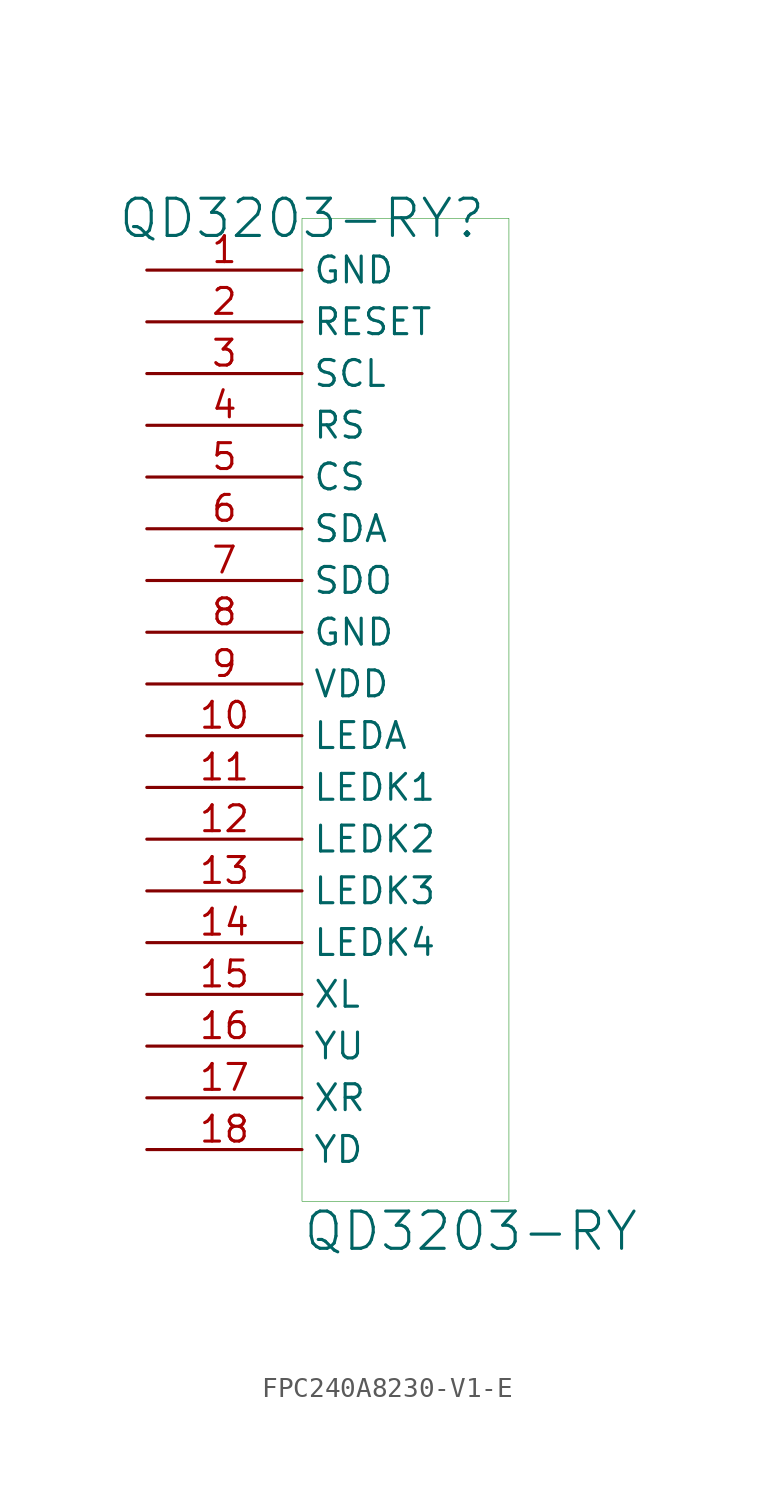
<source format=kicad_sym>
(kicad_symbol_lib
  (version 20241209)
  (generator "kicad_symbol_editor")
  (generator_version "9.0")
  (symbol "FPC240A8230-V1-E"
    (property "Reference" "QD3203-RY"
      (at 7.62 0 0)
      (effects (font (size 1.829 1.829))))
    (property "Value" "QD3203-RY"
      (at 7.62 -50.8 0)
      (effects (font (size 1.829 1.829)) (justify left bottom)))
    (symbol "FPC240A8230-V1-E_1_0"
      (rectangle (start 17.78 0) (end 7.62 -48.26) (stroke (width 0.025) (type solid) (color 0 128 0 1)) (fill (type color) (color 255 255 255 0.5)))
      (pin passive line (at 0 -2.54 0) (length 7.62) (name "GND" (effects (font (size 1.27 1.27)))) (number "1" (effects (font (size 1.27 1.27)))))
      (pin passive line (at 0 -5.08 0) (length 7.62) (name "RESET" (effects (font (size 1.27 1.27)))) (number "2" (effects (font (size 1.27 1.27)))))
      (pin passive line (at 0 -7.62 0) (length 7.62) (name "SCL" (effects (font (size 1.27 1.27)))) (number "3" (effects (font (size 1.27 1.27)))))
      (pin passive line (at 0 -10.16 0) (length 7.62) (name "RS" (effects (font (size 1.27 1.27)))) (number "4" (effects (font (size 1.27 1.27)))))
      (pin passive line (at 0 -12.7 0) (length 7.62) (name "CS" (effects (font (size 1.27 1.27)))) (number "5" (effects (font (size 1.27 1.27)))))
      (pin passive line (at 0 -15.24 0) (length 7.62) (name "SDA" (effects (font (size 1.27 1.27)))) (number "6" (effects (font (size 1.27 1.27)))))
      (pin passive line (at 0 -17.78 0) (length 7.62) (name "SDO" (effects (font (size 1.27 1.27)))) (number "7" (effects (font (size 1.27 1.27)))))
      (pin passive line (at 0 -20.32 0) (length 7.62) (name "GND" (effects (font (size 1.27 1.27)))) (number "8" (effects (font (size 1.27 1.27)))))
      (pin passive line (at 0 -22.86 0) (length 7.62) (name "VDD" (effects (font (size 1.27 1.27)))) (number "9" (effects (font (size 1.27 1.27)))))
      (pin passive line (at 0 -25.4 0) (length 7.62) (name "LEDA" (effects (font (size 1.27 1.27)))) (number "10" (effects (font (size 1.27 1.27)))))
      (pin passive line (at 0 -27.94 0) (length 7.62) (name "LEDK1" (effects (font (size 1.27 1.27)))) (number "11" (effects (font (size 1.27 1.27)))))
      (pin passive line (at 0 -30.48 0) (length 7.62) (name "LEDK2" (effects (font (size 1.27 1.27)))) (number "12" (effects (font (size 1.27 1.27)))))
      (pin passive line (at 0 -33.02 0) (length 7.62) (name "LEDK3" (effects (font (size 1.27 1.27)))) (number "13" (effects (font (size 1.27 1.27)))))
      (pin passive line (at 0 -35.56 0) (length 7.62) (name "LEDK4" (effects (font (size 1.27 1.27)))) (number "14" (effects (font (size 1.27 1.27)))))
      (pin passive line (at 0 -38.1 0) (length 7.62) (name "XL" (effects (font (size 1.27 1.27)))) (number "15" (effects (font (size 1.27 1.27)))))
      (pin passive line (at 0 -40.64 0) (length 7.62) (name "YU" (effects (font (size 1.27 1.27)))) (number "16" (effects (font (size 1.27 1.27)))))
      (pin passive line (at 0 -43.18 0) (length 7.62) (name "XR" (effects (font (size 1.27 1.27)))) (number "17" (effects (font (size 1.27 1.27)))))
      (pin passive line (at 0 -45.72 0) (length 7.62) (name "YD" (effects (font (size 1.27 1.27)))) (number "18" (effects (font (size 1.27 1.27))))))))
</source>
